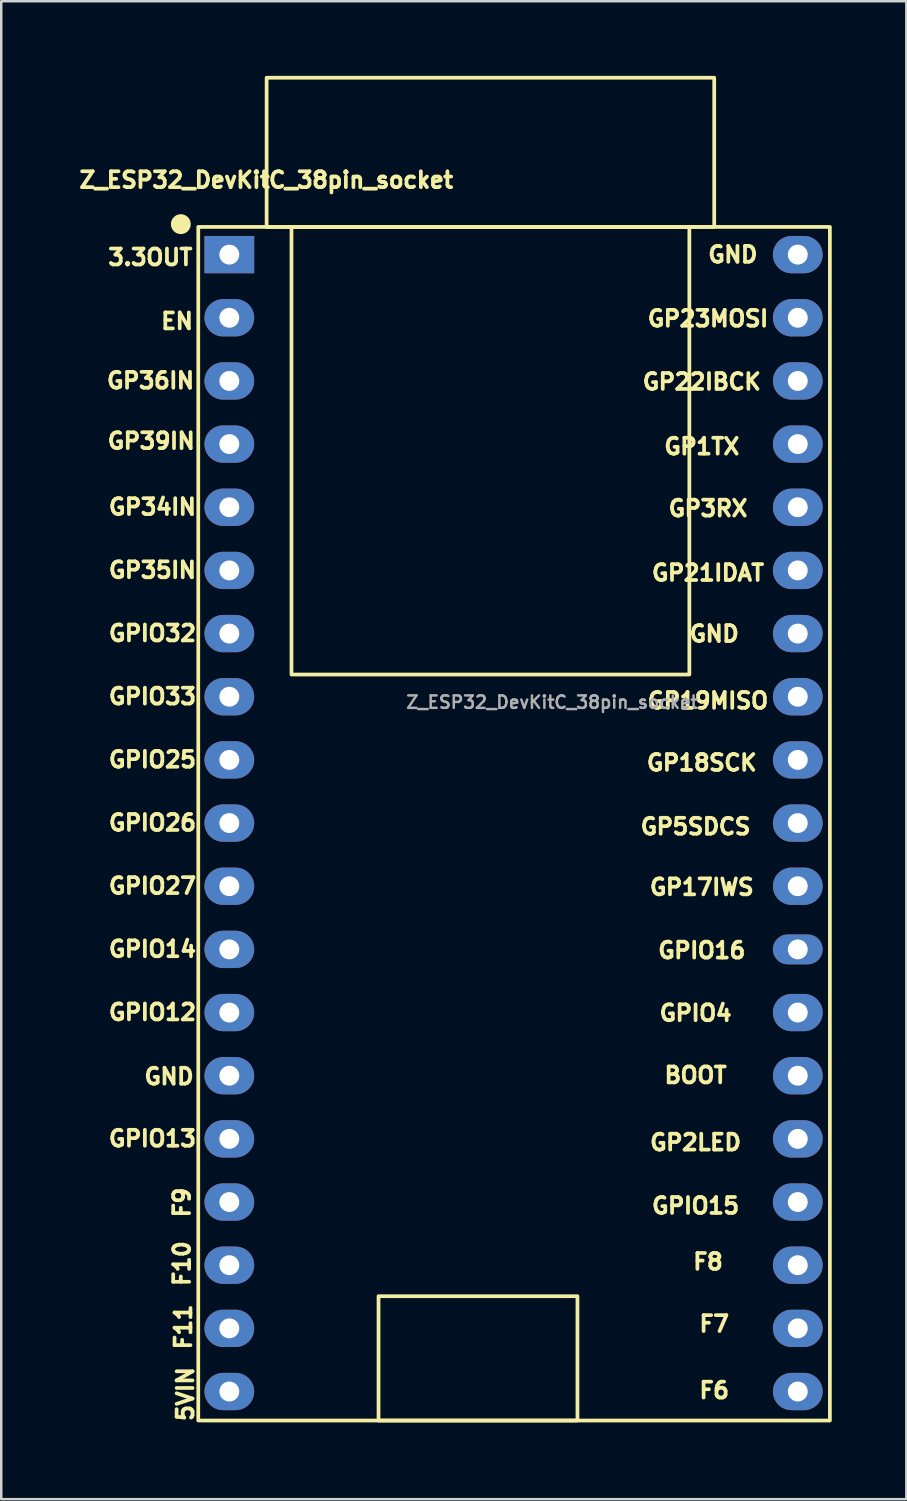
<source format=kicad_pcb>
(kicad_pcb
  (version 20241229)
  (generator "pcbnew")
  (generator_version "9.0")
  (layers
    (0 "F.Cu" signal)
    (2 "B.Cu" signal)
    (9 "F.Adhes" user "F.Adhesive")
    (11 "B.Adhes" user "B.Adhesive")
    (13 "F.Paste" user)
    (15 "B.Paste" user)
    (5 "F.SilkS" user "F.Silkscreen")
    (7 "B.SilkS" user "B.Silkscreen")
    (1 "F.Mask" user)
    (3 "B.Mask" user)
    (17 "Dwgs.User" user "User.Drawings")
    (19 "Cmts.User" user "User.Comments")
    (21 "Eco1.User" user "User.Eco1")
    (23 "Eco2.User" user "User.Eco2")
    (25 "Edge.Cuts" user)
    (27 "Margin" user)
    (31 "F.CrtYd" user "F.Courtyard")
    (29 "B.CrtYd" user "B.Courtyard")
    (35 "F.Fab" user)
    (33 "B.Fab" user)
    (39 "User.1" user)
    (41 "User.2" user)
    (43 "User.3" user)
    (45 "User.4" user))
  (footprint "Z_ESP32_DevKitC_38pin_socket"
    (layer "F.Cu")
    (at 6.172 7.189)
    (property "Reference" "Z_ESP32_DevKitC_38pin_socket" (at 1.486 -3.001 0) (layer "F.SilkS") (effects (font (size 0.64 0.64) (thickness 0.15))))
    (attr through_hole)
    (fp_rect (start -1.249 46.886) (end 24.151 -1.114) (stroke (width 0.15) (type solid)) (fill no) (layer "F.SilkS"))
    (fp_rect (start 1.5 -7.114) (end 19.5 -1.114) (stroke (width 0.15) (type default)) (fill no) (layer "F.SilkS"))
    (fp_rect (start 2.5 -1.114) (end 18.5 16.886) (stroke (width 0.15) (type default)) (fill no) (layer "F.SilkS"))
    (fp_rect (start 6 41.886) (end 14 46.886) (stroke (width 0.15) (type default)) (fill no) (layer "F.SilkS"))
    (fp_circle (center -1.95 -1.225) (end -1.55 -1.225) (stroke (width 0) (type solid)) (fill yes) (layer "F.SilkS"))
    (fp_text user "GP1TX" (at 19 7.717 0) (layer "F.SilkS") (effects (font (size 0.64 0.64) (thickness 0.15))))
    (fp_text user "F8" (at 19.25 40.5 180) (layer "F.SilkS") (effects (font (size 0.64 0.64) (thickness 0.15))))
    (fp_text user "GP23MOSI" (at 19.25 2.573 0) (layer "F.SilkS") (effects (font (size 0.64 0.64) (thickness 0.15))))
    (fp_text user "GND" (at -2.424 33.052 0) (layer "F.SilkS") (effects (font (size 0.64 0.64) (thickness 0.15))))
    (fp_text user "GP19MISO" (at 19.25 17.939 0) (layer "F.SilkS") (effects (font (size 0.64 0.64) (thickness 0.15))))
    (fp_text user "GPIO15" (at 18.75 38.25 0) (layer "F.SilkS") (effects (font (size 0.64 0.64) (thickness 0.15))))
    (fp_text user "F10" (at -1.905 40.575 90) (layer "F.SilkS") (effects (font (size 0.64 0.64) (thickness 0.15))))
    (fp_text user "GPIO26" (at -3.091 22.847 0) (layer "F.SilkS") (effects (font (size 0.64 0.64) (thickness 0.15))))
    (fp_text user "GND" (at 19.5 15.25 0) (layer "F.SilkS") (effects (font (size 0.64 0.64) (thickness 0.15))))
    (fp_text user "GND" (at 20.25 0 0) (layer "F.SilkS") (effects (font (size 0.64 0.64) (thickness 0.15))))
    (fp_text user "GP36IN" (at -3.167 5.066 0) (layer "F.SilkS") (effects (font (size 0.64 0.64) (thickness 0.15))))
    (fp_text user "5VIN" (at -1.767 45.821 90) (layer "F.SilkS") (effects (font (size 0.64 0.64) (thickness 0.15))))
    (fp_text user "GPIO12" (at -3.091 30.467 0) (layer "F.SilkS") (effects (font (size 0.64 0.64) (thickness 0.15))))
    (fp_text user "GPIO4" (at 18.75 30.5 0) (layer "F.SilkS") (effects (font (size 0.64 0.64) (thickness 0.15))))
    (fp_text user "GP18SCK" (at 19 20.434 0) (layer "F.SilkS") (effects (font (size 0.64 0.64) (thickness 0.15))))
    (fp_text user "F9" (at -1.905 38.119 90) (layer "F.SilkS") (effects (font (size 0.64 0.64) (thickness 0.15))))
    (fp_text user "GP34IN" (at -3.091 10.147 0) (layer "F.SilkS") (effects (font (size 0.64 0.64) (thickness 0.15))))
    (fp_text user "GP3RX" (at 19.25 10.207 0) (layer "F.SilkS") (effects (font (size 0.64 0.64) (thickness 0.15))))
    (fp_text user "GP35IN" (at -3.091 12.687 0) (layer "F.SilkS") (effects (font (size 0.64 0.64) (thickness 0.15))))
    (fp_text user "GPIO27" (at -3.091 25.387 0) (layer "F.SilkS") (effects (font (size 0.64 0.64) (thickness 0.15))))
    (fp_text user "GP22IBCK" (at 19 5.113 0) (layer "F.SilkS") (effects (font (size 0.64 0.64) (thickness 0.15))))
    (fp_text user "GP39IN" (at -3.139 7.495 0) (layer "F.SilkS") (effects (font (size 0.64 0.64) (thickness 0.15))))
    (fp_text user "GPIO14" (at -3.091 27.927 0) (layer "F.SilkS") (effects (font (size 0.64 0.64) (thickness 0.15))))
    (fp_text user "EN" (at -2.101 2.678 0) (layer "F.SilkS") (effects (font (size 0.64 0.64) (thickness 0.15))))
    (fp_text user "BOOT" (at 18.75 33 180) (layer "F.SilkS") (effects (font (size 0.64 0.64) (thickness 0.15))))
    (fp_text user "F6" (at 19.5 45.675 180) (layer "F.SilkS") (effects (font (size 0.64 0.64) (thickness 0.15))))
    (fp_text user "GP17IWS" (at 19 25.437 0) (layer "F.SilkS") (effects (font (size 0.64 0.64) (thickness 0.15))))
    (fp_text user "GPIO16" (at 19 27.981 0) (layer "F.SilkS") (effects (font (size 0.64 0.64) (thickness 0.15))))
    (fp_text user "GPIO25" (at -3.091 20.307 0) (layer "F.SilkS") (effects (font (size 0.64 0.64) (thickness 0.15))))
    (fp_text user "GPIO33" (at -3.091 17.767 0) (layer "F.SilkS") (effects (font (size 0.64 0.64) (thickness 0.15))))
    (fp_text user "GPIO13" (at -3.091 35.547 0) (layer "F.SilkS") (effects (font (size 0.64 0.64) (thickness 0.15))))
    (fp_text user "GP21IDAT" (at 19.25 12.798 0) (layer "F.SilkS") (effects (font (size 0.64 0.64) (thickness 0.15))))
    (fp_text user "F11" (at -1.851 43.123 90) (layer "F.SilkS") (effects (font (size 0.64 0.64) (thickness 0.15))))
    (fp_text user "GP2LED" (at 18.75 35.703 0) (layer "F.SilkS") (effects (font (size 0.64 0.64) (thickness 0.15))))
    (fp_text user "GPIO32" (at -3.091 15.227 0) (layer "F.SilkS") (effects (font (size 0.64 0.64) (thickness 0.15))))
    (fp_text user "GP5SDCS" (at 18.75 23 0) (layer "F.SilkS") (effects (font (size 0.64 0.64) (thickness 0.15))))
    (fp_text user "3.3OUT" (at -3.179 0.107 0) (layer "F.SilkS") (effects (font (size 0.64 0.64) (thickness 0.15))))
    (fp_text user "F7" (at 19.5 43 180) (layer "F.SilkS") (effects (font (size 0.64 0.64) (thickness 0.15))))
    (fp_text user "${REFERENCE}" (at 12.979 18 0) (layer "F.Fab") (effects (font (size 0.5 0.5) (thickness 0.1))))
    (pad "1" thru_hole rect (at 0 0 270) (size 1.5 2) (drill 0.8) (layers "*.Cu" "*.Mask"))
    (pad "2" thru_hole oval (at 0 2.54 270) (size 1.5 2) (drill 0.8) (layers "*.Cu" "*.Mask"))
    (pad "3" thru_hole oval (at 0 5.08 270) (size 1.5 2) (drill 0.8) (layers "*.Cu" "*.Mask"))
    (pad "4" thru_hole oval (at 0 7.62 270) (size 1.5 2) (drill 0.8) (layers "*.Cu" "*.Mask"))
    (pad "5" thru_hole oval (at 0 10.16 270) (size 1.5 2) (drill 0.8) (layers "*.Cu" "*.Mask"))
    (pad "6" thru_hole oval (at 0 12.7 270) (size 1.5 2) (drill 0.8) (layers "*.Cu" "*.Mask"))
    (pad "7" thru_hole oval (at 0 15.24 270) (size 1.5 2) (drill 0.8) (layers "*.Cu" "*.Mask"))
    (pad "8" thru_hole oval (at 0 17.78 270) (size 1.5 2) (drill 0.8) (layers "*.Cu" "*.Mask"))
    (pad "9" thru_hole oval (at 0 20.32 270) (size 1.5 2) (drill 0.8) (layers "*.Cu" "*.Mask"))
    (pad "10" thru_hole oval (at 0 22.86 270) (size 1.5 2) (drill 0.8) (layers "*.Cu" "*.Mask"))
    (pad "11" thru_hole oval (at 0 25.4 270) (size 1.5 2) (drill 0.8) (layers "*.Cu" "*.Mask"))
    (pad "12" thru_hole oval (at 0 27.94 270) (size 1.5 2) (drill 0.8) (layers "*.Cu" "*.Mask"))
    (pad "13" thru_hole oval (at 0 30.48 270) (size 1.5 2) (drill 0.8) (layers "*.Cu" "*.Mask"))
    (pad "14" thru_hole oval (at 0 33.02 270) (size 1.5 2) (drill 0.8) (layers "*.Cu" "*.Mask"))
    (pad "15" thru_hole oval (at 0 35.56 270) (size 1.5 2) (drill 0.8) (layers "*.Cu" "*.Mask"))
    (pad "16" thru_hole oval (at 0 38.1 270) (size 1.5 2) (drill 0.8) (layers "*.Cu" "*.Mask"))
    (pad "17" thru_hole oval (at 0 40.64 270) (size 1.5 2) (drill 0.8) (layers "*.Cu" "*.Mask"))
    (pad "18" thru_hole oval (at 0 43.18 270) (size 1.5 2) (drill 0.8) (layers "*.Cu" "*.Mask"))
    (pad "19" thru_hole oval (at 0 45.72 270) (size 1.5 2) (drill 0.8) (layers "*.Cu" "*.Mask"))
    (pad "20" thru_hole oval (at 22.86 45.72 270) (size 1.5 2) (drill 0.8) (layers "*.Cu" "*.Mask"))
    (pad "21" thru_hole oval (at 22.86 43.18 270) (size 1.5 2) (drill 0.8) (layers "*.Cu" "*.Mask"))
    (pad "22" thru_hole oval (at 22.86 40.64 270) (size 1.5 2) (drill 0.8) (layers "*.Cu" "*.Mask"))
    (pad "23" thru_hole oval (at 22.86 38.1 270) (size 1.5 2) (drill 0.8) (layers "*.Cu" "*.Mask"))
    (pad "24" thru_hole oval (at 22.86 35.56 270) (size 1.5 2) (drill 0.8) (layers "*.Cu" "*.Mask"))
    (pad "25" thru_hole oval (at 22.86 33.02 270) (size 1.5 2) (drill 0.8) (layers "*.Cu" "*.Mask"))
    (pad "26" thru_hole oval (at 22.86 30.48 270) (size 1.5 2) (drill 0.8) (layers "*.Cu" "*.Mask"))
    (pad "27" thru_hole oval (at 22.86 27.94 270) (size 1.2 2) (drill 0.8) (layers "*.Cu" "*.Mask"))
    (pad "28" thru_hole oval (at 22.86 25.4 270) (size 1.5 2) (drill 0.8) (layers "*.Cu" "*.Mask"))
    (pad "29" thru_hole oval (at 22.86 22.86 270) (size 1.5 2) (drill 0.8) (layers "*.Cu" "*.Mask"))
    (pad "30" thru_hole oval (at 22.86 20.32 270) (size 1.5 2) (drill 0.8) (layers "*.Cu" "*.Mask"))
    (pad "31" thru_hole oval (at 22.86 17.78 270) (size 1.5 2) (drill 0.8) (layers "*.Cu" "*.Mask"))
    (pad "32" thru_hole oval (at 22.86 15.24 270) (size 1.5 2) (drill 0.8) (layers "*.Cu" "*.Mask"))
    (pad "33" thru_hole oval (at 22.86 12.7 270) (size 1.5 2) (drill 0.8) (layers "*.Cu" "*.Mask"))
    (pad "34" thru_hole oval (at 22.86 10.16 270) (size 1.5 2) (drill 0.8) (layers "*.Cu" "*.Mask"))
    (pad "35" thru_hole oval (at 22.86 7.62 270) (size 1.5 2) (drill 0.8) (layers "*.Cu" "*.Mask"))
    (pad "36" thru_hole oval (at 22.86 5.08 270) (size 1.5 2) (drill 0.8) (layers "*.Cu" "*.Mask"))
    (pad "37" thru_hole oval (at 22.86 2.54 270) (size 1.5 2) (drill 0.8) (layers "*.Cu" "*.Mask"))
    (pad "38" thru_hole oval (at 22.86 0 270) (size 1.5 2) (drill 0.8) (layers "*.Cu" "*.Mask")))
  (gr_rect
    (start -3 -3)
    (end 33.398 57.238)
    (stroke (width 0.1) (type default))
    (fill no)
    (layer "Edge.Cuts")))
</source>
